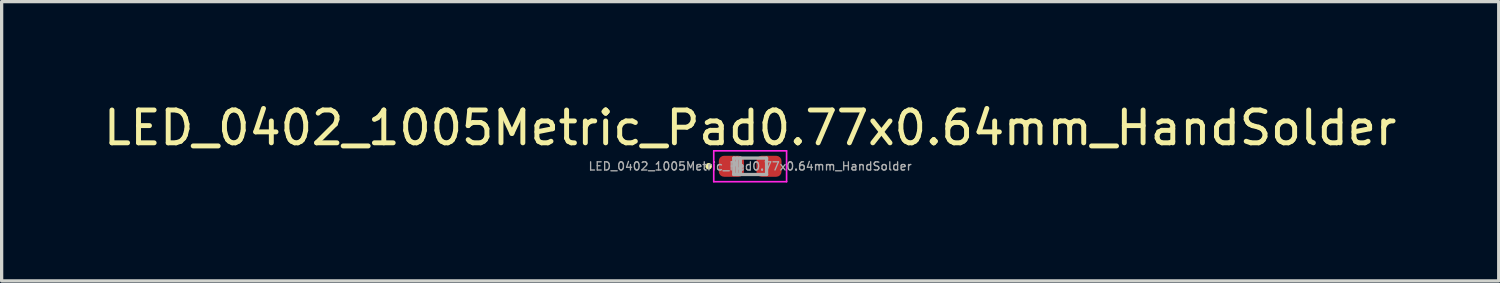
<source format=kicad_pcb>
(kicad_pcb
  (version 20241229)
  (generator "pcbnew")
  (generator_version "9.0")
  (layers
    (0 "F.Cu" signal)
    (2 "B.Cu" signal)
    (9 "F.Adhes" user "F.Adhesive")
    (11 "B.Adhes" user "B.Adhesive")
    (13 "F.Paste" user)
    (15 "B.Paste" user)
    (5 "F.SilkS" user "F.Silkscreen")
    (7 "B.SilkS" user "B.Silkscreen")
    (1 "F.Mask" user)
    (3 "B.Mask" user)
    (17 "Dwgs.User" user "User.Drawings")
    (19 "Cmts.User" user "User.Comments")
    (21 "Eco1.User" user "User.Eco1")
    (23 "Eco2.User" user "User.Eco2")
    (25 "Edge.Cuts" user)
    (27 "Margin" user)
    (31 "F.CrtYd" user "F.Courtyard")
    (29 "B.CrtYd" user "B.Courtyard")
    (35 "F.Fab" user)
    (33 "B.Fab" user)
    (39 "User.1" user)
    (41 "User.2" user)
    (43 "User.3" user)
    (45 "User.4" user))
  (footprint "LED_0402_1005Metric_Pad0.77x0.64mm_HandSolder"
    (layer "F.Cu")
    (at 19.815 2.018)
    (property "Reference" "LED_0402_1005Metric_Pad0.77x0.64mm_HandSolder" (at 0 -1.17 0) (layer "F.SilkS") (effects (font (size 1 1) (thickness 0.15))))
    (attr smd)
    (fp_circle (center -1.265 0) (end -1.215 0) (stroke (width 0.1) (type solid)) (fill no) (layer "F.SilkS"))
    (fp_line (start -1.11 -0.47) (end 1.11 -0.47) (stroke (width 0.05) (type solid)) (layer "F.CrtYd"))
    (fp_line (start -1.11 0.47) (end -1.11 -0.47) (stroke (width 0.05) (type solid)) (layer "F.CrtYd"))
    (fp_line (start 1.11 -0.47) (end 1.11 0.47) (stroke (width 0.05) (type solid)) (layer "F.CrtYd"))
    (fp_line (start 1.11 0.47) (end -1.11 0.47) (stroke (width 0.05) (type solid)) (layer "F.CrtYd"))
    (fp_line (start -0.5 -0.25) (end 0.5 -0.25) (stroke (width 0.1) (type solid)) (layer "F.Fab"))
    (fp_line (start -0.5 0.25) (end -0.5 -0.25) (stroke (width 0.1) (type solid)) (layer "F.Fab"))
    (fp_line (start -0.4 0.25) (end -0.4 -0.25) (stroke (width 0.1) (type solid)) (layer "F.Fab"))
    (fp_line (start -0.3 0.25) (end -0.3 -0.25) (stroke (width 0.1) (type solid)) (layer "F.Fab"))
    (fp_line (start 0.5 -0.25) (end 0.5 0.25) (stroke (width 0.1) (type solid)) (layer "F.Fab"))
    (fp_line (start 0.5 0.25) (end -0.5 0.25) (stroke (width 0.1) (type solid)) (layer "F.Fab"))
    (fp_text user "${REFERENCE}" (at 0 0 0) (layer "F.Fab") (effects (font (size 0.25 0.25) (thickness 0.04))))
    (pad "1" smd roundrect (at -0.573 0) (size 0.765 0.64) (layers "F.Cu" "F.Mask" "F.Paste") (roundrect_rratio 0.25))
    (pad "2" smd roundrect (at 0.573 0) (size 0.765 0.64) (layers "F.Cu" "F.Mask" "F.Paste") (roundrect_rratio 0.25)))
  (gr_rect
    (start -3 -3)
    (end 42.631 5.513)
    (stroke (width 0.1) (type default))
    (fill no)
    (layer "Edge.Cuts")))
</source>
